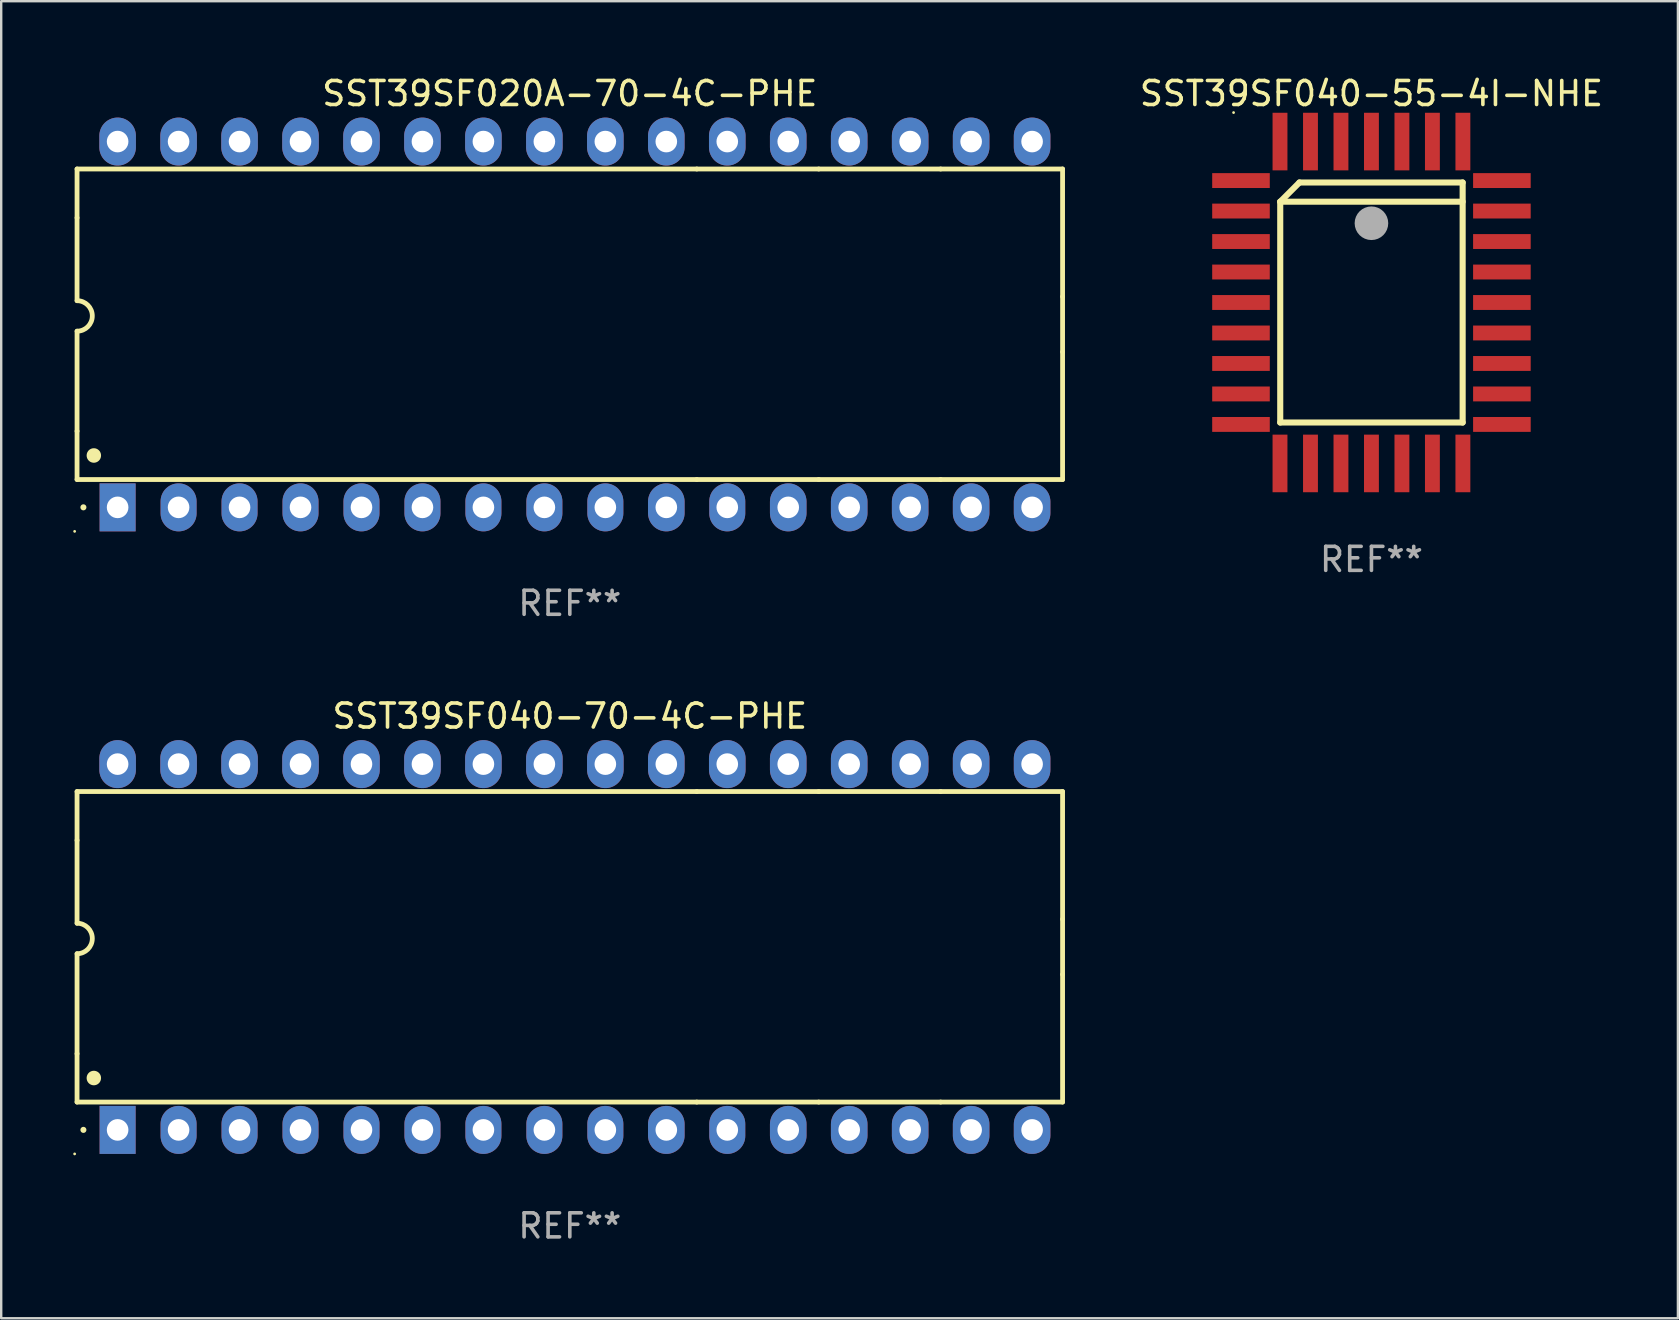
<source format=kicad_pcb>
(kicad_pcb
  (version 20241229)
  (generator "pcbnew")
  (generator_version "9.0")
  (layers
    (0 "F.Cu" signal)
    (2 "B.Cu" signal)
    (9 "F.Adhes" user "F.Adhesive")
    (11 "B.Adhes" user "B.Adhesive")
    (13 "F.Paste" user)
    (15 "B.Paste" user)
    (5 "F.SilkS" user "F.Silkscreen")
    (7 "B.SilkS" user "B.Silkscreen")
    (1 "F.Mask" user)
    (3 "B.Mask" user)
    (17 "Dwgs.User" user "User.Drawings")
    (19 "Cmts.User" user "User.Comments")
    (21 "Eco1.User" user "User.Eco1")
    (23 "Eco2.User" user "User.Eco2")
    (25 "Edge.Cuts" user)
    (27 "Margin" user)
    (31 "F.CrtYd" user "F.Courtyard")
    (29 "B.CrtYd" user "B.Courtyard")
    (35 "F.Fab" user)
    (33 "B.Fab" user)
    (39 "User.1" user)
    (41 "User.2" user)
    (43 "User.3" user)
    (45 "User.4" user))
  (footprint "SST39SF040-70-4C-PHE"
    (layer "F.Cu")
    (at 20.69 36.405)
    (property "Reference" "SST39SF040-70-4C-PHE" (at 0 -9.62 0) (layer "F.SilkS") (effects (font (size 1 1) (thickness 0.15))))
    (attr through_hole)
    (fp_line (start -20.53 -6.477) (end 5.29 -6.477) (stroke (width 0.2) (type solid)) (layer "F.SilkS"))
    (fp_line (start -20.53 -4.445) (end -20.53 -6.477) (stroke (width 0.2) (type solid)) (layer "F.SilkS"))
    (fp_line (start -20.53 -0.99) (end -20.53 -4.445) (stroke (width 0.2) (type solid)) (layer "F.SilkS"))
    (fp_line (start -20.53 4.445) (end -20.53 0.28) (stroke (width 0.2) (type solid)) (layer "F.SilkS"))
    (fp_line (start -20.53 6.46) (end -20.53 4.445) (stroke (width 0.2) (type solid)) (layer "F.SilkS"))
    (fp_line (start 5.29 -6.477) (end 10.37 -6.477) (stroke (width 0.2) (type solid)) (layer "F.SilkS"))
    (fp_line (start 5.29 6.46) (end -20.53 6.46) (stroke (width 0.2) (type solid)) (layer "F.SilkS"))
    (fp_line (start 10.37 -6.477) (end 15.45 -6.477) (stroke (width 0.2) (type solid)) (layer "F.SilkS"))
    (fp_line (start 10.37 6.46) (end 5.29 6.46) (stroke (width 0.2) (type solid)) (layer "F.SilkS"))
    (fp_line (start 15.45 -6.477) (end 20.53 -6.477) (stroke (width 0.2) (type solid)) (layer "F.SilkS"))
    (fp_line (start 15.45 6.46) (end 10.37 6.46) (stroke (width 0.2) (type solid)) (layer "F.SilkS"))
    (fp_line (start 20.53 -6.477) (end 20.53 -1.16) (stroke (width 0.2) (type solid)) (layer "F.SilkS"))
    (fp_line (start 20.53 -1.16) (end 20.53 1.143) (stroke (width 0.2) (type solid)) (layer "F.SilkS"))
    (fp_line (start 20.53 1.143) (end 20.53 6.46) (stroke (width 0.2) (type solid)) (layer "F.SilkS"))
    (fp_line (start 20.53 6.46) (end 15.45 6.46) (stroke (width 0.2) (type solid)) (layer "F.SilkS"))
    (fp_arc (start -20.529147 -0.990603) (mid -19.894145 -0.355601) (end -20.529147 0.279401) (stroke (width 0.2) (type solid)) (layer "F.SilkS"))
    (fp_arc (start -20.264986 7.620015) (mid -20.264993 7.618745) (end -20.264986 7.617475) (stroke (width 0.25) (type solid)) (layer "F.SilkS"))
    (fp_arc (start -19.830645 5.461011) (mid -19.830656 5.458471) (end -19.830645 5.455931) (stroke (width 0.6) (type solid)) (layer "F.SilkS"))
    (fp_circle (center -20.63 8.62) (end -20.6 8.62) (stroke (width 0.06) (type solid)) (fill no) (layer "F.SilkS"))
    (fp_text user "REF**" (at 0 11.62 0) (layer "F.Fab") (effects (font (size 1 1) (thickness 0.15))))
    (pad "1" thru_hole rect (at -18.84 7.62 90) (size 2 1.5) (drill 0.9) (layers "*.Cu" "*.Mask"))
    (pad "2" thru_hole oval (at -16.3 7.62 90) (size 2 1.5) (drill 0.9) (layers "*.Cu" "*.Mask"))
    (pad "3" thru_hole oval (at -13.76 7.62 90) (size 2 1.5) (drill 0.9) (layers "*.Cu" "*.Mask"))
    (pad "4" thru_hole oval (at -11.22 7.62 90) (size 2 1.5) (drill 0.9) (layers "*.Cu" "*.Mask"))
    (pad "5" thru_hole oval (at -8.68 7.62 90) (size 2 1.5) (drill 0.9) (layers "*.Cu" "*.Mask"))
    (pad "6" thru_hole oval (at -6.14 7.62 90) (size 2 1.5) (drill 0.9) (layers "*.Cu" "*.Mask"))
    (pad "7" thru_hole oval (at -3.6 7.62 90) (size 2 1.5) (drill 0.9) (layers "*.Cu" "*.Mask"))
    (pad "8" thru_hole oval (at -1.06 7.62 90) (size 2 1.5) (drill 0.9) (layers "*.Cu" "*.Mask"))
    (pad "9" thru_hole oval (at 1.48 7.62 90) (size 2 1.5) (drill 0.9) (layers "*.Cu" "*.Mask"))
    (pad "10" thru_hole oval (at 4.02 7.62 90) (size 2 1.524) (drill 0.9) (layers "*.Cu" "*.Mask"))
    (pad "11" thru_hole oval (at 6.56 7.62 90) (size 2 1.5) (drill 0.9) (layers "*.Cu" "*.Mask"))
    (pad "12" thru_hole oval (at 9.1 7.62 90) (size 2 1.524) (drill 0.9) (layers "*.Cu" "*.Mask"))
    (pad "13" thru_hole oval (at 11.64 7.62 270) (size 2 1.524) (drill 0.9) (layers "*.Cu" "*.Mask"))
    (pad "14" thru_hole oval (at 14.18 7.62 90) (size 2 1.524) (drill 0.9) (layers "*.Cu" "*.Mask"))
    (pad "15" thru_hole oval (at 16.72 7.62 270) (size 2 1.524) (drill 0.9) (layers "*.Cu" "*.Mask"))
    (pad "16" thru_hole oval (at 19.26 7.62 270) (size 2 1.524) (drill 0.9) (layers "*.Cu" "*.Mask"))
    (pad "17" thru_hole oval (at 19.26 -7.62 90) (size 2 1.524) (drill 0.9) (layers "*.Cu" "*.Mask"))
    (pad "18" thru_hole oval (at 16.72 -7.62 90) (size 2 1.524) (drill 0.9) (layers "*.Cu" "*.Mask"))
    (pad "19" thru_hole oval (at 14.18 -7.62 90) (size 2 1.524) (drill 0.9) (layers "*.Cu" "*.Mask"))
    (pad "20" thru_hole oval (at 11.64 -7.62 90) (size 2 1.524) (drill 0.9) (layers "*.Cu" "*.Mask"))
    (pad "21" thru_hole oval (at 9.1 -7.62 90) (size 2 1.524) (drill 0.9) (layers "*.Cu" "*.Mask"))
    (pad "22" thru_hole oval (at 6.56 -7.62 90) (size 2 1.524) (drill 0.9) (layers "*.Cu" "*.Mask"))
    (pad "23" thru_hole oval (at 4.02 -7.62 90) (size 2 1.524) (drill 0.9) (layers "*.Cu" "*.Mask"))
    (pad "24" thru_hole oval (at 1.48 -7.62 90) (size 2 1.524) (drill 0.9) (layers "*.Cu" "*.Mask"))
    (pad "25" thru_hole oval (at -1.06 -7.62 90) (size 2 1.524) (drill 0.9) (layers "*.Cu" "*.Mask"))
    (pad "26" thru_hole oval (at -3.6 -7.62 90) (size 2 1.524) (drill 0.9) (layers "*.Cu" "*.Mask"))
    (pad "27" thru_hole oval (at -6.14 -7.62 90) (size 2 1.524) (drill 0.9) (layers "*.Cu" "*.Mask"))
    (pad "28" thru_hole oval (at -8.68 -7.62 90) (size 2 1.524) (drill 0.9) (layers "*.Cu" "*.Mask"))
    (pad "29" thru_hole oval (at -11.22 -7.62 90) (size 2 1.524) (drill 0.9) (layers "*.Cu" "*.Mask"))
    (pad "30" thru_hole oval (at -13.76 -7.62 90) (size 2 1.524) (drill 0.9) (layers "*.Cu" "*.Mask"))
    (pad "31" thru_hole oval (at -16.3 -7.62 90) (size 2 1.524) (drill 0.9) (layers "*.Cu" "*.Mask"))
    (pad "32" thru_hole oval (at -18.84 -7.62 90) (size 2 1.524) (drill 0.9) (layers "*.Cu" "*.Mask")))
  (footprint "SST39SF020A-70-4C-PHE"
    (layer "F.Cu")
    (at 20.69 10.468)
    (property "Reference" "SST39SF020A-70-4C-PHE" (at 0 -9.62 0) (layer "F.SilkS") (effects (font (size 1 1) (thickness 0.15))))
    (attr through_hole)
    (fp_line (start -20.53 -6.477) (end 5.29 -6.477) (stroke (width 0.2) (type solid)) (layer "F.SilkS"))
    (fp_line (start -20.53 -4.445) (end -20.53 -6.477) (stroke (width 0.2) (type solid)) (layer "F.SilkS"))
    (fp_line (start -20.53 -0.99) (end -20.53 -4.445) (stroke (width 0.2) (type solid)) (layer "F.SilkS"))
    (fp_line (start -20.53 4.445) (end -20.53 0.28) (stroke (width 0.2) (type solid)) (layer "F.SilkS"))
    (fp_line (start -20.53 6.46) (end -20.53 4.445) (stroke (width 0.2) (type solid)) (layer "F.SilkS"))
    (fp_line (start 5.29 -6.477) (end 10.37 -6.477) (stroke (width 0.2) (type solid)) (layer "F.SilkS"))
    (fp_line (start 5.29 6.46) (end -20.53 6.46) (stroke (width 0.2) (type solid)) (layer "F.SilkS"))
    (fp_line (start 10.37 -6.477) (end 15.45 -6.477) (stroke (width 0.2) (type solid)) (layer "F.SilkS"))
    (fp_line (start 10.37 6.46) (end 5.29 6.46) (stroke (width 0.2) (type solid)) (layer "F.SilkS"))
    (fp_line (start 15.45 -6.477) (end 20.53 -6.477) (stroke (width 0.2) (type solid)) (layer "F.SilkS"))
    (fp_line (start 15.45 6.46) (end 10.37 6.46) (stroke (width 0.2) (type solid)) (layer "F.SilkS"))
    (fp_line (start 20.53 -6.477) (end 20.53 -1.16) (stroke (width 0.2) (type solid)) (layer "F.SilkS"))
    (fp_line (start 20.53 -1.16) (end 20.53 1.143) (stroke (width 0.2) (type solid)) (layer "F.SilkS"))
    (fp_line (start 20.53 1.143) (end 20.53 6.46) (stroke (width 0.2) (type solid)) (layer "F.SilkS"))
    (fp_line (start 20.53 6.46) (end 15.45 6.46) (stroke (width 0.2) (type solid)) (layer "F.SilkS"))
    (fp_arc (start -20.529147 -0.990603) (mid -19.894145 -0.355601) (end -20.529147 0.279401) (stroke (width 0.2) (type solid)) (layer "F.SilkS"))
    (fp_arc (start -20.264986 7.620015) (mid -20.264993 7.618745) (end -20.264986 7.617475) (stroke (width 0.25) (type solid)) (layer "F.SilkS"))
    (fp_arc (start -19.830645 5.461011) (mid -19.830656 5.458471) (end -19.830645 5.455931) (stroke (width 0.6) (type solid)) (layer "F.SilkS"))
    (fp_circle (center -20.63 8.62) (end -20.6 8.62) (stroke (width 0.06) (type solid)) (fill no) (layer "F.SilkS"))
    (fp_text user "REF**" (at 0 11.62 0) (layer "F.Fab") (effects (font (size 1 1) (thickness 0.15))))
    (pad "1" thru_hole rect (at -18.84 7.62 90) (size 2 1.5) (drill 0.9) (layers "*.Cu" "*.Mask"))
    (pad "2" thru_hole oval (at -16.3 7.62 90) (size 2 1.5) (drill 0.9) (layers "*.Cu" "*.Mask"))
    (pad "3" thru_hole oval (at -13.76 7.62 90) (size 2 1.5) (drill 0.9) (layers "*.Cu" "*.Mask"))
    (pad "4" thru_hole oval (at -11.22 7.62 90) (size 2 1.5) (drill 0.9) (layers "*.Cu" "*.Mask"))
    (pad "5" thru_hole oval (at -8.68 7.62 90) (size 2 1.5) (drill 0.9) (layers "*.Cu" "*.Mask"))
    (pad "6" thru_hole oval (at -6.14 7.62 90) (size 2 1.5) (drill 0.9) (layers "*.Cu" "*.Mask"))
    (pad "7" thru_hole oval (at -3.6 7.62 90) (size 2 1.5) (drill 0.9) (layers "*.Cu" "*.Mask"))
    (pad "8" thru_hole oval (at -1.06 7.62 90) (size 2 1.5) (drill 0.9) (layers "*.Cu" "*.Mask"))
    (pad "9" thru_hole oval (at 1.48 7.62 90) (size 2 1.5) (drill 0.9) (layers "*.Cu" "*.Mask"))
    (pad "10" thru_hole oval (at 4.02 7.62 90) (size 2 1.524) (drill 0.9) (layers "*.Cu" "*.Mask"))
    (pad "11" thru_hole oval (at 6.56 7.62 90) (size 2 1.5) (drill 0.9) (layers "*.Cu" "*.Mask"))
    (pad "12" thru_hole oval (at 9.1 7.62 90) (size 2 1.524) (drill 0.9) (layers "*.Cu" "*.Mask"))
    (pad "13" thru_hole oval (at 11.64 7.62 270) (size 2 1.524) (drill 0.9) (layers "*.Cu" "*.Mask"))
    (pad "14" thru_hole oval (at 14.18 7.62 90) (size 2 1.524) (drill 0.9) (layers "*.Cu" "*.Mask"))
    (pad "15" thru_hole oval (at 16.72 7.62 270) (size 2 1.524) (drill 0.9) (layers "*.Cu" "*.Mask"))
    (pad "16" thru_hole oval (at 19.26 7.62 270) (size 2 1.524) (drill 0.9) (layers "*.Cu" "*.Mask"))
    (pad "17" thru_hole oval (at 19.26 -7.62 90) (size 2 1.524) (drill 0.9) (layers "*.Cu" "*.Mask"))
    (pad "18" thru_hole oval (at 16.72 -7.62 90) (size 2 1.524) (drill 0.9) (layers "*.Cu" "*.Mask"))
    (pad "19" thru_hole oval (at 14.18 -7.62 90) (size 2 1.524) (drill 0.9) (layers "*.Cu" "*.Mask"))
    (pad "20" thru_hole oval (at 11.64 -7.62 90) (size 2 1.524) (drill 0.9) (layers "*.Cu" "*.Mask"))
    (pad "21" thru_hole oval (at 9.1 -7.62 90) (size 2 1.524) (drill 0.9) (layers "*.Cu" "*.Mask"))
    (pad "22" thru_hole oval (at 6.56 -7.62 90) (size 2 1.524) (drill 0.9) (layers "*.Cu" "*.Mask"))
    (pad "23" thru_hole oval (at 4.02 -7.62 90) (size 2 1.524) (drill 0.9) (layers "*.Cu" "*.Mask"))
    (pad "24" thru_hole oval (at 1.48 -7.62 90) (size 2 1.524) (drill 0.9) (layers "*.Cu" "*.Mask"))
    (pad "25" thru_hole oval (at -1.06 -7.62 90) (size 2 1.524) (drill 0.9) (layers "*.Cu" "*.Mask"))
    (pad "26" thru_hole oval (at -3.6 -7.62 90) (size 2 1.524) (drill 0.9) (layers "*.Cu" "*.Mask"))
    (pad "27" thru_hole oval (at -6.14 -7.62 90) (size 2 1.524) (drill 0.9) (layers "*.Cu" "*.Mask"))
    (pad "28" thru_hole oval (at -8.68 -7.62 90) (size 2 1.524) (drill 0.9) (layers "*.Cu" "*.Mask"))
    (pad "29" thru_hole oval (at -11.22 -7.62 90) (size 2 1.524) (drill 0.9) (layers "*.Cu" "*.Mask"))
    (pad "30" thru_hole oval (at -13.76 -7.62 90) (size 2 1.524) (drill 0.9) (layers "*.Cu" "*.Mask"))
    (pad "31" thru_hole oval (at -16.3 -7.62 90) (size 2 1.524) (drill 0.9) (layers "*.Cu" "*.Mask"))
    (pad "32" thru_hole oval (at -18.84 -7.62 90) (size 2 1.524) (drill 0.9) (layers "*.Cu" "*.Mask")))
  (footprint "SST39SF040-55-4I-NHE"
    (layer "F.Cu")
    (at 54.088 9.553)
    (property "Reference" "SST39SF040-55-4I-NHE" (at 0 -8.705 0) (layer "F.SilkS") (effects (font (size 1 1) (thickness 0.15))))
    (attr through_hole)
    (fp_line (start -3.8 -4.2) (end -3 -5) (stroke (width 0.254) (type solid)) (layer "F.SilkS"))
    (fp_line (start -3.8 -4.2) (end 3.8 -4.2) (stroke (width 0.254) (type solid)) (layer "F.SilkS"))
    (fp_line (start -3.8 5) (end -3.8 -4.2) (stroke (width 0.254) (type solid)) (layer "F.SilkS"))
    (fp_line (start -3 -5) (end 3.8 -5) (stroke (width 0.254) (type solid)) (layer "F.SilkS"))
    (fp_line (start 3.8 -5) (end 3.8 5) (stroke (width 0.254) (type solid)) (layer "F.SilkS"))
    (fp_line (start 3.8 5) (end -3.8 5) (stroke (width 0.254) (type solid)) (layer "F.SilkS"))
    (fp_arc (start 0.299721 -3.294387) (mid 0.29971 -3.296927) (end 0.299721 -3.299467) (stroke (width 0.6) (type solid)) (layer "F.SilkS"))
    (fp_circle (center -5.744 -7.913) (end -5.714 -7.913) (stroke (width 0.06) (type solid)) (fill no) (layer "F.SilkS"))
    (fp_circle (center 0 -3.302) (end 0.35 -3.302) (stroke (width 0.7) (type solid)) (fill no) (layer "F.Fab"))
    (fp_text user "REF**" (at 0 10.705 0) (layer "F.Fab") (effects (font (size 1 1) (thickness 0.15))))
    (pad "1" smd rect (at 0 -6.705 180) (size 0.62 2.4) (layers "F.Cu" "F.Mask" "F.Paste"))
    (pad "2" smd rect (at -1.27 -6.705 180) (size 0.62 2.4) (layers "F.Cu" "F.Mask" "F.Paste"))
    (pad "3" smd rect (at -2.54 -6.705 180) (size 0.62 2.4) (layers "F.Cu" "F.Mask" "F.Paste"))
    (pad "4" smd rect (at -3.81 -6.705 180) (size 0.62 2.4) (layers "F.Cu" "F.Mask" "F.Paste"))
    (pad "5" smd rect (at -5.435 -5.08 270) (size 0.62 2.4) (layers "F.Cu" "F.Mask" "F.Paste"))
    (pad "6" smd rect (at -5.435 -3.81 270) (size 0.62 2.4) (layers "F.Cu" "F.Mask" "F.Paste"))
    (pad "7" smd rect (at -5.435 -2.54 270) (size 0.62 2.4) (layers "F.Cu" "F.Mask" "F.Paste"))
    (pad "8" smd rect (at -5.435 -1.27 270) (size 0.62 2.4) (layers "F.Cu" "F.Mask" "F.Paste"))
    (pad "9" smd rect (at -5.435 0 270) (size 0.62 2.4) (layers "F.Cu" "F.Mask" "F.Paste"))
    (pad "10" smd rect (at -5.435 1.27 270) (size 0.62 2.4) (layers "F.Cu" "F.Mask" "F.Paste"))
    (pad "11" smd rect (at -5.435 2.54 270) (size 0.62 2.4) (layers "F.Cu" "F.Mask" "F.Paste"))
    (pad "12" smd rect (at -5.435 3.81 270) (size 0.62 2.4) (layers "F.Cu" "F.Mask" "F.Paste"))
    (pad "13" smd rect (at -5.435 5.08 270) (size 0.62 2.4) (layers "F.Cu" "F.Mask" "F.Paste"))
    (pad "14" smd rect (at -3.81 6.705) (size 0.62 2.4) (layers "F.Cu" "F.Mask" "F.Paste"))
    (pad "15" smd rect (at -2.54 6.705) (size 0.62 2.4) (layers "F.Cu" "F.Mask" "F.Paste"))
    (pad "16" smd rect (at -1.27 6.705) (size 0.62 2.4) (layers "F.Cu" "F.Mask" "F.Paste"))
    (pad "17" smd rect (at 0 6.705) (size 0.62 2.4) (layers "F.Cu" "F.Mask" "F.Paste"))
    (pad "18" smd rect (at 1.27 6.705) (size 0.62 2.4) (layers "F.Cu" "F.Mask" "F.Paste"))
    (pad "19" smd rect (at 2.54 6.705) (size 0.62 2.4) (layers "F.Cu" "F.Mask" "F.Paste"))
    (pad "20" smd rect (at 3.81 6.705) (size 0.62 2.4) (layers "F.Cu" "F.Mask" "F.Paste"))
    (pad "21" smd rect (at 5.435 5.08 90) (size 0.62 2.4) (layers "F.Cu" "F.Mask" "F.Paste"))
    (pad "22" smd rect (at 5.435 3.81 90) (size 0.62 2.4) (layers "F.Cu" "F.Mask" "F.Paste"))
    (pad "23" smd rect (at 5.435 2.54 90) (size 0.62 2.4) (layers "F.Cu" "F.Mask" "F.Paste"))
    (pad "24" smd rect (at 5.435 1.27 90) (size 0.62 2.4) (layers "F.Cu" "F.Mask" "F.Paste"))
    (pad "25" smd rect (at 5.435 0 90) (size 0.62 2.4) (layers "F.Cu" "F.Mask" "F.Paste"))
    (pad "26" smd rect (at 5.435 -1.27 90) (size 0.62 2.4) (layers "F.Cu" "F.Mask" "F.Paste"))
    (pad "27" smd rect (at 5.435 -2.54 90) (size 0.62 2.4) (layers "F.Cu" "F.Mask" "F.Paste"))
    (pad "28" smd rect (at 5.435 -3.81 90) (size 0.62 2.4) (layers "F.Cu" "F.Mask" "F.Paste"))
    (pad "29" smd rect (at 5.435 -5.08 90) (size 0.62 2.4) (layers "F.Cu" "F.Mask" "F.Paste"))
    (pad "30" smd rect (at 3.81 -6.705) (size 0.62 2.4) (layers "F.Cu" "F.Mask" "F.Paste"))
    (pad "31" smd rect (at 2.54 -6.705) (size 0.62 2.4) (layers "F.Cu" "F.Mask" "F.Paste"))
    (pad "32" smd rect (at 1.27 -6.705) (size 0.62 2.4) (layers "F.Cu" "F.Mask" "F.Paste")))
  (gr_rect
    (start -3 -3)
    (end 66.856 51.873)
    (stroke (width 0.1) (type default))
    (fill no)
    (layer "Edge.Cuts")))
</source>
